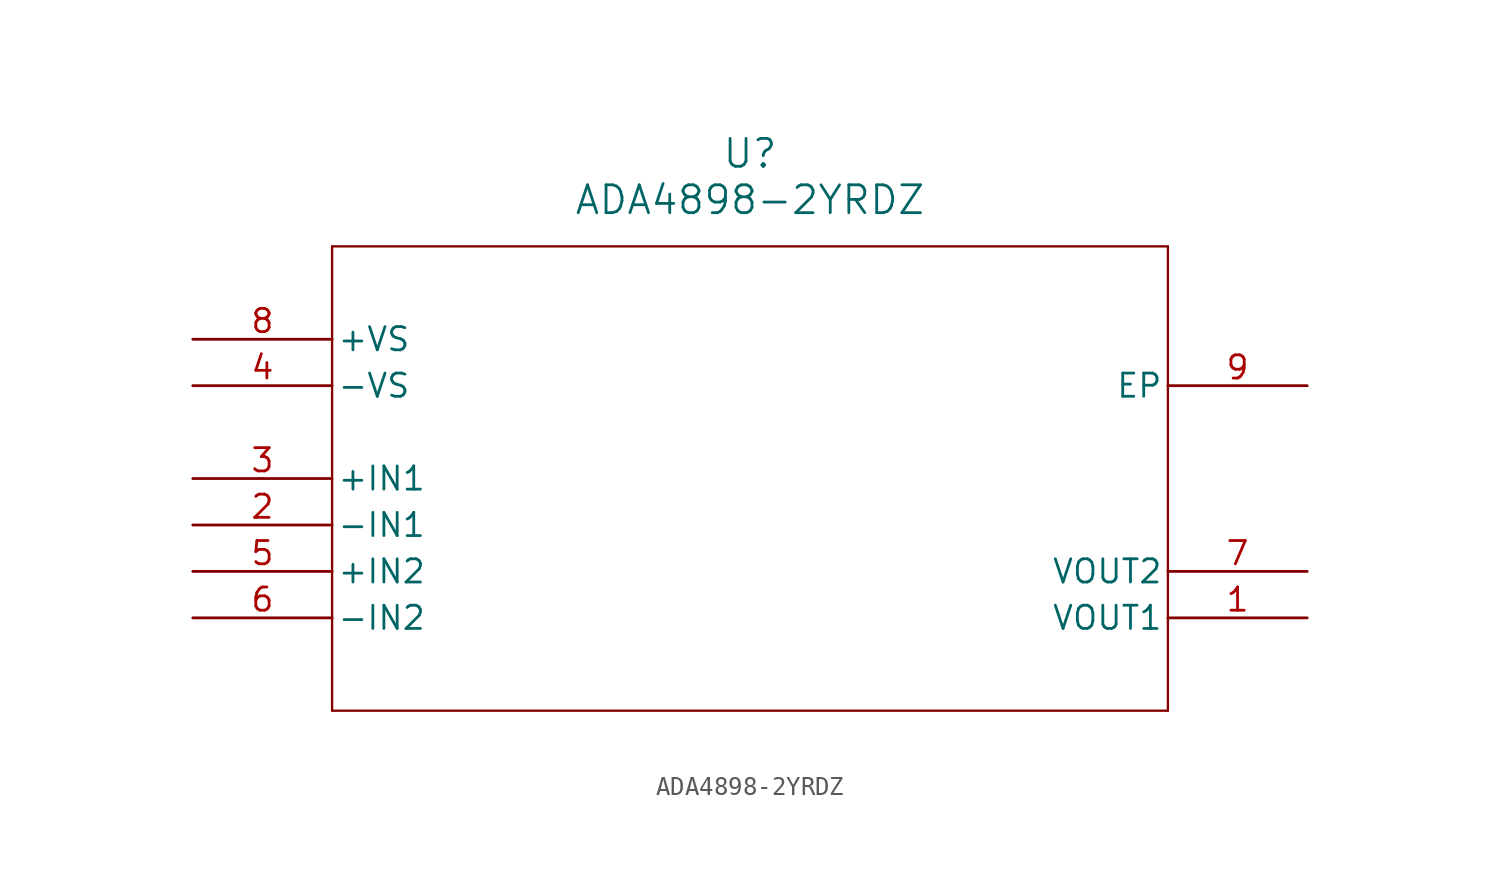
<source format=kicad_sym>
(kicad_symbol_lib
  (version 20211014)
  (generator kicad_symbol_editor)
  (symbol "ADA4898-2YRDZ"
    (pin_names
      (offset 0.254))
    (property "Reference" "U"
      (at 30.48 10.16 0)
      (effects (font (size 1.524 1.524))))
    (property "Value" "ADA4898-2YRDZ"
      (at 30.48 7.62 0)
      (effects (font (size 1.524 1.524))))
    (symbol "ADA4898-2YRDZ_0_1"
      (polyline (pts (xy 7.62 5.08) (xy 7.62 -20.32)) (stroke (width 0.127) (type default) (color 0 0 0 0)) (fill (type none)))
      (polyline (pts (xy 7.62 -20.32) (xy 53.34 -20.32)) (stroke (width 0.127) (type default) (color 0 0 0 0)) (fill (type none)))
      (polyline (pts (xy 53.34 -20.32) (xy 53.34 5.08)) (stroke (width 0.127) (type default) (color 0 0 0 0)) (fill (type none)))
      (polyline (pts (xy 53.34 5.08) (xy 7.62 5.08)) (stroke (width 0.127) (type default) (color 0 0 0 0)) (fill (type none)))
      (pin unspecified line (at 0 -7.62 0) (length 7.62) (name "+IN1" (effects (font (size 1.27 1.27)))) (number "3" (effects (font (size 1.27 1.27)))))
      (pin unspecified line (at 0 -12.7 0) (length 7.62) (name "+IN2" (effects (font (size 1.27 1.27)))) (number "5" (effects (font (size 1.27 1.27)))))
      (pin unspecified line (at 0 0 0) (length 7.62) (name "+VS" (effects (font (size 1.27 1.27)))) (number "8" (effects (font (size 1.27 1.27)))))
      (pin unspecified line (at 60.96 -2.54 180) (length 7.62) (name "EP" (effects (font (size 1.27 1.27)))) (number "9" (effects (font (size 1.27 1.27)))))
      (pin unspecified line (at 0 -10.16 0) (length 7.62) (name "-IN1" (effects (font (size 1.27 1.27)))) (number "2" (effects (font (size 1.27 1.27)))))
      (pin unspecified line (at 0 -15.24 0) (length 7.62) (name "-IN2" (effects (font (size 1.27 1.27)))) (number "6" (effects (font (size 1.27 1.27)))))
      (pin unspecified line (at 60.96 -15.24 180) (length 7.62) (name "VOUT1" (effects (font (size 1.27 1.27)))) (number "1" (effects (font (size 1.27 1.27)))))
      (pin unspecified line (at 60.96 -12.7 180) (length 7.62) (name "VOUT2" (effects (font (size 1.27 1.27)))) (number "7" (effects (font (size 1.27 1.27)))))
      (pin unspecified line (at 0 -2.54 0) (length 7.62) (name "-VS" (effects (font (size 1.27 1.27)))) (number "4" (effects (font (size 1.27 1.27))))))))
</source>
